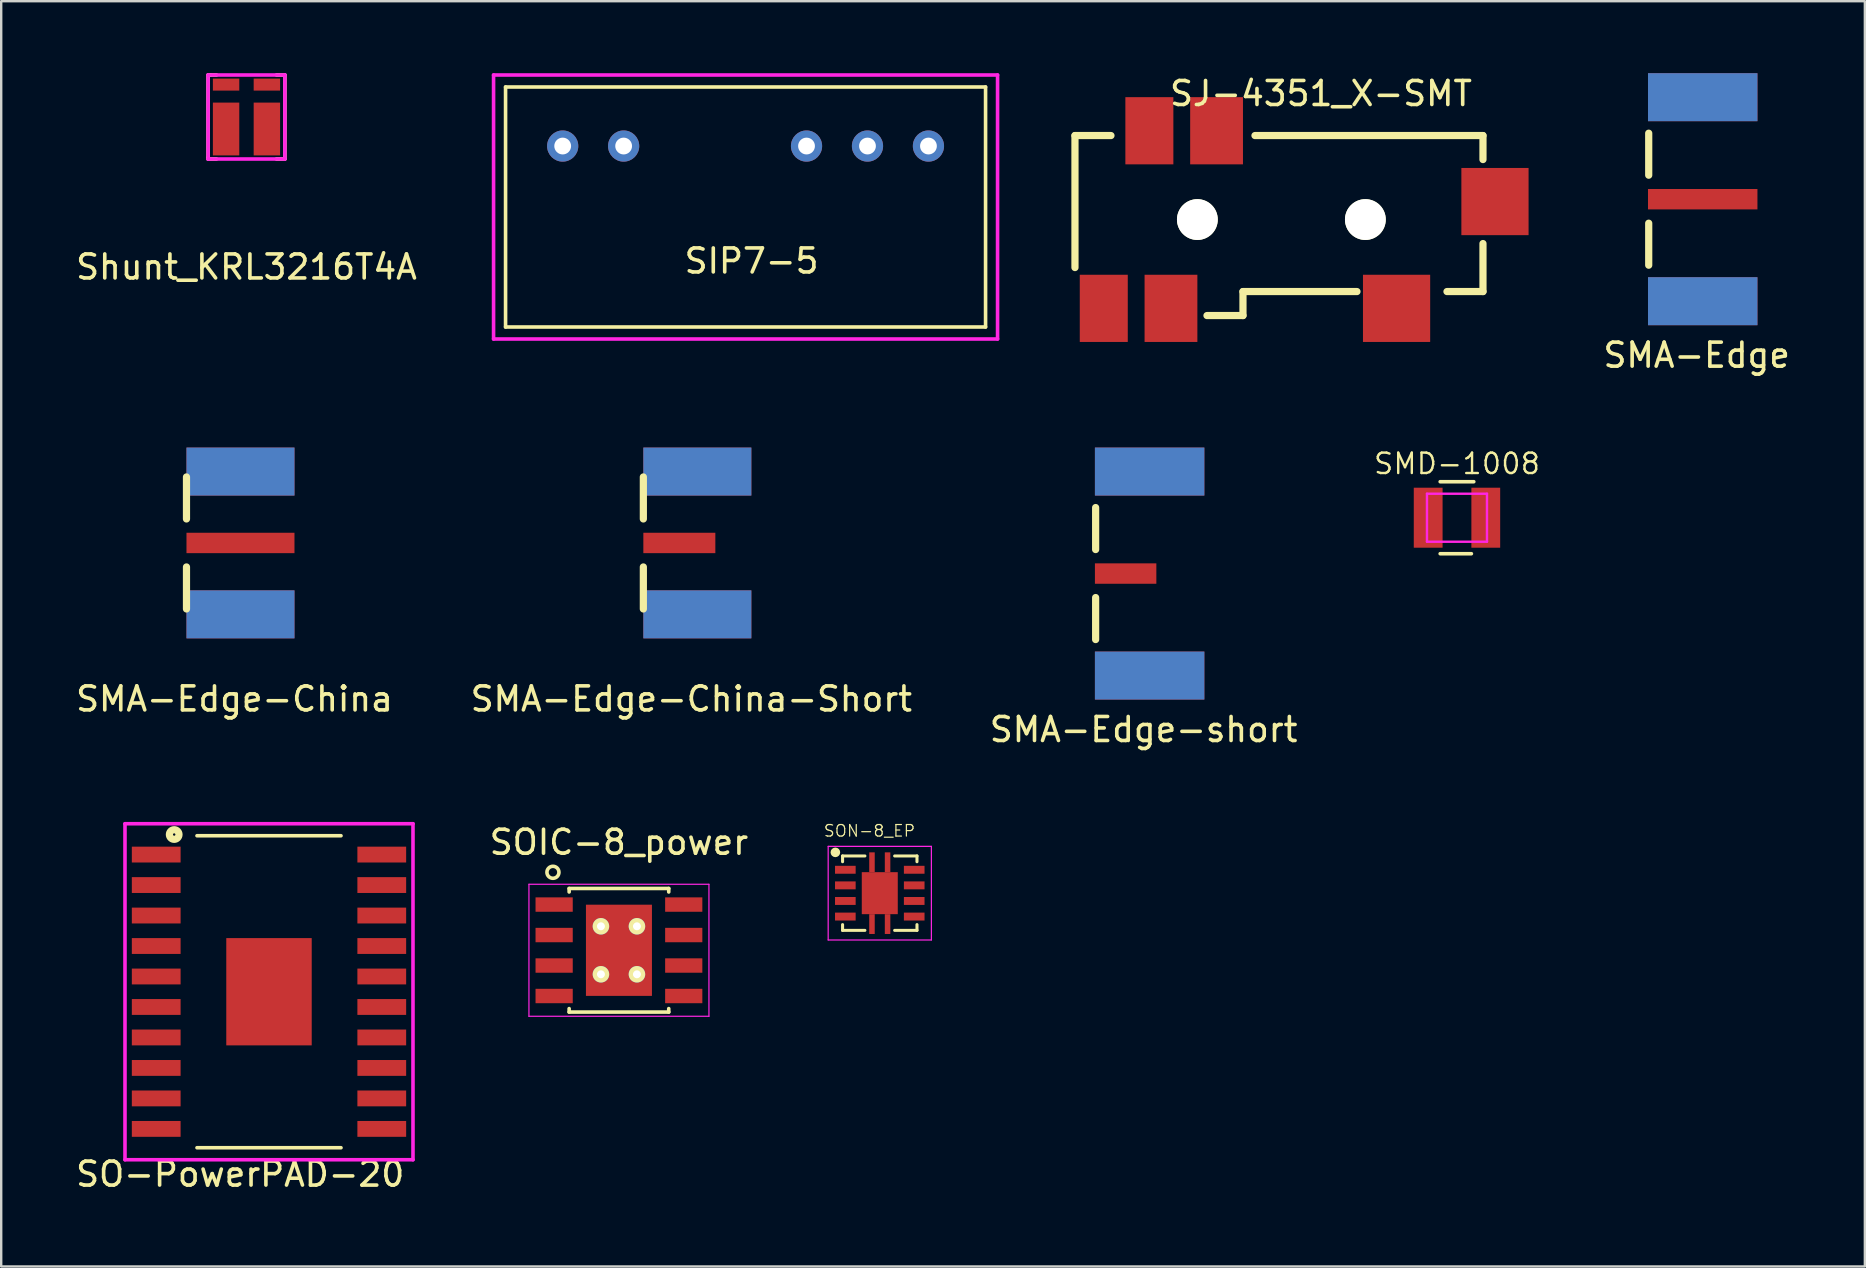
<source format=kicad_pcb>
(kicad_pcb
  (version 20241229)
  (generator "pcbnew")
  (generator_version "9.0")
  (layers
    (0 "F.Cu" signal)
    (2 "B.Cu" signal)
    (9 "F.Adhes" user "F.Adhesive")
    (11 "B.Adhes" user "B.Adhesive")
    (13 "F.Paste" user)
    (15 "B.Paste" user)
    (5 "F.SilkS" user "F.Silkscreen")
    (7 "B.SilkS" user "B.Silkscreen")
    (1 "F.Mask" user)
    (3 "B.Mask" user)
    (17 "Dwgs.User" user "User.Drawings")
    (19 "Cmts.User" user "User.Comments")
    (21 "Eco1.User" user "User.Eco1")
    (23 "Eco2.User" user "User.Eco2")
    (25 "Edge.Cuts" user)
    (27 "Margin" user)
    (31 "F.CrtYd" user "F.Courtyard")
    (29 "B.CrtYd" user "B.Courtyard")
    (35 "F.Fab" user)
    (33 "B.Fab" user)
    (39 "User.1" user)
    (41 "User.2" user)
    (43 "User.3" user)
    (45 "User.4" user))
  (footprint "SMA-Edge-China"
    (layer "F.Cu")
    (at 6.97 19.573)
    (property "Reference" "SMA-Edge-China" (at -0.25 6.5 0) (layer "F.SilkS") (effects (font (size 1 1) (thickness 0.15))))
    (attr through_hole)
    (fp_line (start -2.25 -2.75) (end -2.25 -1) (stroke (width 0.3) (type solid)) (layer "F.SilkS"))
    (fp_line (start -2.25 1) (end -2.25 2.75) (stroke (width 0.3) (type solid)) (layer "F.SilkS"))
    (pad "1" smd rect (at 0 0 180) (size 4.5 0.85) (layers "F.Cu" "F.Mask"))
    (pad "2" smd rect (at 0 -2.975 180) (size 4.5 2) (layers "F.Cu" "F.Mask"))
    (pad "2" smd rect (at 0 -2.975 180) (size 4.5 2) (layers "B.Cu" "B.Mask"))
    (pad "2" smd rect (at 0 2.975 180) (size 4.5 2) (layers "F.Cu" "F.Mask"))
    (pad "2" smd rect (at 0 2.975 180) (size 4.5 2) (layers "B.Cu" "B.Mask")))
  (footprint "Shunt_KRL3216T4A"
    (layer "F.Cu")
    (at 7.22 1.825)
    (property "Reference" "Shunt_KRL3216T4A" (at 0 6.25 0) (layer "F.SilkS") (effects (font (size 1 1) (thickness 0.15))))
    (attr through_hole)
    (fp_line (start -1.6 -1.75) (end -1.6 1.7) (stroke (width 0.15) (type solid)) (layer "F.SilkS"))
    (fp_line (start -1.6 1.7) (end -1.6 1.75) (stroke (width 0.15) (type solid)) (layer "F.SilkS"))
    (fp_line (start -1.6 1.75) (end -1.25 1.75) (stroke (width 0.15) (type solid)) (layer "F.SilkS"))
    (fp_line (start -1.5 -1.75) (end -1.6 -1.75) (stroke (width 0.15) (type solid)) (layer "F.SilkS"))
    (fp_line (start -1.25 -1.75) (end -1.5 -1.75) (stroke (width 0.15) (type solid)) (layer "F.SilkS"))
    (fp_line (start 1.25 -1.75) (end 1.6 -1.75) (stroke (width 0.15) (type solid)) (layer "F.SilkS"))
    (fp_line (start 1.6 -1.75) (end 1.6 1.75) (stroke (width 0.15) (type solid)) (layer "F.SilkS"))
    (fp_line (start 1.6 1.75) (end 1.25 1.75) (stroke (width 0.15) (type solid)) (layer "F.SilkS"))
    (fp_line (start -1.6 -1.75) (end 1.6 -1.75) (stroke (width 0.15) (type solid)) (layer "F.CrtYd"))
    (fp_line (start -1.6 1.75) (end -1.6 -1.75) (stroke (width 0.15) (type solid)) (layer "F.CrtYd"))
    (fp_line (start 1.6 -1.75) (end 1.6 1.75) (stroke (width 0.15) (type solid)) (layer "F.CrtYd"))
    (fp_line (start 1.6 1.75) (end -1.6 1.75) (stroke (width 0.15) (type solid)) (layer "F.CrtYd"))
    (pad "1" smd rect (at -0.85 0.5) (size 1.1 2.2) (layers "F.Cu" "F.Mask" "F.Paste"))
    (pad "2" smd rect (at -0.85 -1.35) (size 1.1 0.5) (layers "F.Cu" "F.Mask" "F.Paste"))
    (pad "3" smd rect (at 0.85 -1.35) (size 1.1 0.5) (layers "F.Cu" "F.Mask" "F.Paste"))
    (pad "4" smd rect (at 0.85 0.5) (size 1.1 2.2) (layers "F.Cu" "F.Mask" "F.Paste")))
  (footprint "SIP7-5"
    (layer "F.Cu")
    (at 28.015 5.575)
    (property "Reference" "SIP7-5" (at 0.25 2.25 0) (layer "F.SilkS") (effects (font (size 1 1) (thickness 0.15))))
    (attr through_hole)
    (fp_line (start -10 -5) (end -10 5) (stroke (width 0.15) (type solid)) (layer "F.SilkS"))
    (fp_line (start -10 5) (end 10 5) (stroke (width 0.15) (type solid)) (layer "F.SilkS"))
    (fp_line (start 10 -5) (end -10 -5) (stroke (width 0.15) (type solid)) (layer "F.SilkS"))
    (fp_line (start 10 5) (end 10 -5) (stroke (width 0.15) (type solid)) (layer "F.SilkS"))
    (fp_line (start -10.5 -5.5) (end 10.5 -5.5) (stroke (width 0.15) (type solid)) (layer "F.CrtYd"))
    (fp_line (start -10.5 5.5) (end -10.5 -5.5) (stroke (width 0.15) (type solid)) (layer "F.CrtYd"))
    (fp_line (start 10.5 -5.5) (end 10.5 5.5) (stroke (width 0.15) (type solid)) (layer "F.CrtYd"))
    (fp_line (start 10.5 5.5) (end -10.5 5.5) (stroke (width 0.15) (type solid)) (layer "F.CrtYd"))
    (pad "1" thru_hole circle (at -7.62 -2.54) (size 1.3 1.3) (drill 0.7) (layers "*.Cu" "*.Mask"))
    (pad "2" thru_hole circle (at -5.08 -2.54) (size 1.3 1.3) (drill 0.7) (layers "*.Cu" "*.Mask"))
    (pad "5" thru_hole circle (at 2.54 -2.54) (size 1.3 1.3) (drill 0.7) (layers "*.Cu" "*.Mask"))
    (pad "6" thru_hole circle (at 5.08 -2.54) (size 1.3 1.3) (drill 0.7) (layers "*.Cu" "*.Mask"))
    (pad "7" thru_hole circle (at 7.62 -2.54) (size 1.3 1.3) (drill 0.7) (layers "*.Cu" "*.Mask")))
  (footprint "SOIC-8_power"
    (layer "F.Cu")
    (at 22.739 36.545)
    (property "Reference" "SOIC-8_power" (at 0 -4.5 0) (layer "F.SilkS") (effects (font (size 1 1) (thickness 0.15))))
    (attr smd)
    (fp_line (start -2.075 -2.575) (end -2.075 -2.43) (stroke (width 0.15) (type solid)) (layer "F.SilkS"))
    (fp_line (start -2.075 -2.575) (end 2.075 -2.575) (stroke (width 0.15) (type solid)) (layer "F.SilkS"))
    (fp_line (start -2.075 2.575) (end -2.075 2.43) (stroke (width 0.15) (type solid)) (layer "F.SilkS"))
    (fp_line (start -2.075 2.575) (end 2.075 2.575) (stroke (width 0.15) (type solid)) (layer "F.SilkS"))
    (fp_line (start 2.075 -2.575) (end 2.075 -2.43) (stroke (width 0.15) (type solid)) (layer "F.SilkS"))
    (fp_line (start 2.075 2.575) (end 2.075 2.43) (stroke (width 0.15) (type solid)) (layer "F.SilkS"))
    (fp_circle (center -2.75 -3.25) (end -2.5 -3.25) (stroke (width 0.15) (type solid)) (fill no) (layer "F.SilkS"))
    (fp_line (start -3.75 -2.75) (end -3.75 2.75) (stroke (width 0.05) (type solid)) (layer "F.CrtYd"))
    (fp_line (start -3.75 -2.75) (end 3.75 -2.75) (stroke (width 0.05) (type solid)) (layer "F.CrtYd"))
    (fp_line (start -3.75 2.75) (end 3.75 2.75) (stroke (width 0.05) (type solid)) (layer "F.CrtYd"))
    (fp_line (start 3.75 -2.75) (end 3.75 2.75) (stroke (width 0.05) (type solid)) (layer "F.CrtYd"))
    (pad "1" smd rect (at -2.7 -1.905) (size 1.55 0.6) (layers "F.Cu" "F.Mask" "F.Paste"))
    (pad "2" smd rect (at -2.7 -0.635) (size 1.55 0.6) (layers "F.Cu" "F.Mask" "F.Paste"))
    (pad "3" smd rect (at -2.7 0.635) (size 1.55 0.6) (layers "F.Cu" "F.Mask" "F.Paste"))
    (pad "4" smd rect (at -2.7 1.905) (size 1.55 0.6) (layers "F.Cu" "F.Mask" "F.Paste"))
    (pad "5" smd rect (at 2.7 1.905) (size 1.55 0.6) (layers "F.Cu" "F.Mask" "F.Paste"))
    (pad "6" smd rect (at 2.7 0.635) (size 1.55 0.6) (layers "F.Cu" "F.Mask" "F.Paste"))
    (pad "7" smd rect (at 2.7 -0.635) (size 1.55 0.6) (layers "F.Cu" "F.Mask" "F.Paste"))
    (pad "8" smd rect (at 2.7 -1.905) (size 1.55 0.6) (layers "F.Cu" "F.Mask" "F.Paste"))
    (pad "9" thru_hole circle (at -0.75 -1) (size 0.69 0.69) (drill 0.33) (layers "*.Cu" "*.Mask" "F.SilkS"))
    (pad "9" smd rect (at 0 0) (size 2.75 3.8) (layers "F.Cu" "F.Mask" "F.Paste"))
    (pad "10" thru_hole circle (at 0.75 -1) (size 0.69 0.69) (drill 0.33) (layers "*.Cu" "*.Mask" "F.SilkS"))
    (pad "11" thru_hole circle (at 0.75 1) (size 0.69 0.69) (drill 0.33) (layers "*.Cu" "*.Mask" "F.SilkS"))
    (pad "12" thru_hole circle (at -0.75 1) (size 0.69 0.69) (drill 0.33) (layers "*.Cu" "*.Mask" "F.SilkS")))
  (footprint "SON-8_EP"
    (layer "F.Cu")
    (at 33.607 34.165)
    (property "Reference" "SON-8_EP" (at -0.429 -2.599 0) (layer "F.SilkS") (effects (font (size 0.482 0.482) (thickness 0.05))))
    (attr smd)
    (fp_line (start -1.55 -1.55) (end -0.62 -1.55) (stroke (width 0.127) (type solid)) (layer "F.SilkS"))
    (fp_line (start -1.55 -1.31) (end -1.55 -1.55) (stroke (width 0.127) (type solid)) (layer "F.SilkS"))
    (fp_line (start -1.55 1.31) (end -1.55 1.55) (stroke (width 0.127) (type solid)) (layer "F.SilkS"))
    (fp_line (start -1.55 1.55) (end -0.62 1.55) (stroke (width 0.127) (type solid)) (layer "F.SilkS"))
    (fp_line (start 0.62 -1.55) (end 1.55 -1.55) (stroke (width 0.127) (type solid)) (layer "F.SilkS"))
    (fp_line (start 0.62 1.55) (end 1.55 1.55) (stroke (width 0.127) (type solid)) (layer "F.SilkS"))
    (fp_line (start 1.55 -1.55) (end 1.55 -1.31) (stroke (width 0.127) (type solid)) (layer "F.SilkS"))
    (fp_line (start 1.55 1.55) (end 1.55 1.31) (stroke (width 0.127) (type solid)) (layer "F.SilkS"))
    (fp_circle (center -1.85 -1.7) (end -1.75 -1.7) (stroke (width 0.2) (type solid)) (fill no) (layer "F.SilkS"))
    (fp_poly (pts (xy -0.591 -0.72) (xy -0.08 -0.72) (xy -0.08 -0.08) (xy -0.591 -0.08)) (stroke (width 0) (type solid)) (fill yes) (layer "F.Paste"))
    (fp_poly (pts (xy -0.59 0.08) (xy -0.08 0.08) (xy -0.08 0.72) (xy -0.59 0.72)) (stroke (width 0) (type solid)) (fill yes) (layer "F.Paste"))
    (fp_poly (pts (xy 0.08 0.08) (xy 0.59 0.08) (xy 0.59 0.721) (xy 0.08 0.721)) (stroke (width 0) (type solid)) (fill yes) (layer "F.Paste"))
    (fp_poly (pts (xy 0.08 -0.72) (xy 0.59 -0.72) (xy 0.59 -0.08) (xy 0.08 -0.08)) (stroke (width 0) (type solid)) (fill yes) (layer "F.Paste"))
    (fp_line (start -2.15 -1.95) (end 2.15 -1.95) (stroke (width 0.05) (type solid)) (layer "F.CrtYd"))
    (fp_line (start -2.15 1.95) (end -2.15 -1.95) (stroke (width 0.05) (type solid)) (layer "F.CrtYd"))
    (fp_line (start 2.15 -1.95) (end 2.15 1.95) (stroke (width 0.05) (type solid)) (layer "F.CrtYd"))
    (fp_line (start 2.15 1.95) (end -2.15 1.95) (stroke (width 0.05) (type solid)) (layer "F.CrtYd"))
    (pad "1" smd rect (at -1.435 -0.975) (size 0.86 0.33) (layers "F.Cu" "F.Mask" "F.Paste"))
    (pad "2" smd rect (at -1.435 -0.325) (size 0.86 0.33) (layers "F.Cu" "F.Mask" "F.Paste"))
    (pad "3" smd rect (at -1.435 0.325) (size 0.86 0.33) (layers "F.Cu" "F.Mask" "F.Paste"))
    (pad "4" smd rect (at -1.435 0.975) (size 0.86 0.33) (layers "F.Cu" "F.Mask" "F.Paste"))
    (pad "5" smd rect (at 1.435 0.975 180) (size 0.86 0.33) (layers "F.Cu" "F.Mask" "F.Paste"))
    (pad "6" smd rect (at 1.435 0.325 180) (size 0.86 0.33) (layers "F.Cu" "F.Mask" "F.Paste"))
    (pad "7" smd rect (at 1.435 -0.325 180) (size 0.86 0.33) (layers "F.Cu" "F.Mask" "F.Paste"))
    (pad "8" smd rect (at 1.435 -0.975 180) (size 0.86 0.33) (layers "F.Cu" "F.Mask" "F.Paste"))
    (pad "9" smd rect (at -0.325 -1.288) (size 0.23 0.825) (layers "F.Cu" "F.Mask" "F.Paste"))
    (pad "9" smd rect (at -0.325 1.288) (size 0.23 0.825) (layers "F.Cu" "F.Mask" "F.Paste"))
    (pad "9" smd rect (at 0 0 180) (size 1.5 1.75) (layers "F.Cu" "F.Mask" "F.Paste"))
    (pad "9" smd rect (at 0.325 -1.288) (size 0.23 0.825) (layers "F.Cu" "F.Mask" "F.Paste"))
    (pad "9" smd rect (at 0.325 1.288) (size 0.23 0.825) (layers "F.Cu" "F.Mask" "F.Paste")))
  (footprint "SJ-4351_X-SMT"
    (layer "F.Cu")
    (at 53.24 6.098)
    (property "Reference" "SJ-4351_X-SMT" (at -1.25 -5.25 0) (layer "F.SilkS") (effects (font (size 1 1) (thickness 0.15))))
    (attr through_hole)
    (fp_line (start -11.5 -3.5) (end -10 -3.5) (stroke (width 0.3) (type solid)) (layer "F.SilkS"))
    (fp_line (start -11.5 2) (end -11.5 -3.5) (stroke (width 0.3) (type solid)) (layer "F.SilkS"))
    (fp_line (start -4.5 3) (end -4.5 4) (stroke (width 0.3) (type solid)) (layer "F.SilkS"))
    (fp_line (start -4.5 4) (end -6 4) (stroke (width 0.3) (type solid)) (layer "F.SilkS"))
    (fp_line (start -4 -3.5) (end 5.5 -3.5) (stroke (width 0.3) (type solid)) (layer "F.SilkS"))
    (fp_line (start 0.25 3) (end -4.5 3) (stroke (width 0.3) (type solid)) (layer "F.SilkS"))
    (fp_line (start 5.5 -3.5) (end 5.5 -2.5) (stroke (width 0.3) (type solid)) (layer "F.SilkS"))
    (fp_line (start 5.5 1) (end 5.5 3) (stroke (width 0.3) (type solid)) (layer "F.SilkS"))
    (fp_line (start 5.5 3) (end 4 3) (stroke (width 0.3) (type solid)) (layer "F.SilkS"))
    (pad "" np_thru_hole circle (at -6.4 0) (size 1.7 1.7) (drill 1.7) (layers "*.Cu" "*.Mask" "F.SilkS"))
    (pad "" np_thru_hole circle (at 0.6 0) (size 1.7 1.7) (drill 1.7) (layers "*.Cu" "*.Mask" "F.SilkS"))
    (pad "1" smd rect (at -10.3 3.7) (size 2 2.8) (layers "F.Cu" "F.Mask" "F.Paste"))
    (pad "2" smd rect (at 1.9 3.7) (size 2.8 2.8) (layers "F.Cu" "F.Mask" "F.Paste"))
    (pad "3" smd rect (at -5.6 -3.7) (size 2.2 2.8) (layers "F.Cu" "F.Mask" "F.Paste"))
    (pad "4" smd rect (at -7.5 3.7) (size 2.2 2.8) (layers "F.Cu" "F.Mask" "F.Paste"))
    (pad "5" smd rect (at 6 -0.75) (size 2.8 2.8) (layers "F.Cu" "F.Mask" "F.Paste"))
    (pad "6" smd rect (at -8.4 -3.7) (size 2 2.8) (layers "F.Cu" "F.Mask" "F.Paste")))
  (footprint "SMD-1008"
    (layer "F.Cu")
    (at 57.657 18.521)
    (property "Reference" "SMD-1008" (at 0 -2.25 0) (layer "F.SilkS") (effects (font (size 0.85 0.85) (thickness 0.1))))
    (attr through_hole)
    (fp_line (start -0.7 -1.5) (end 0.7 -1.5) (stroke (width 0.15) (type solid)) (layer "F.SilkS"))
    (fp_line (start -0.7 1.5) (end 0.6 1.5) (stroke (width 0.15) (type solid)) (layer "F.SilkS"))
    (fp_line (start -1.25 -1) (end 1.25 -1) (stroke (width 0.1) (type solid)) (layer "F.CrtYd"))
    (fp_line (start -1.25 1) (end -1.25 -1) (stroke (width 0.1) (type solid)) (layer "F.CrtYd"))
    (fp_line (start 1.25 -1) (end 1.25 1) (stroke (width 0.1) (type solid)) (layer "F.CrtYd"))
    (fp_line (start 1.25 1) (end -1.25 1) (stroke (width 0.1) (type solid)) (layer "F.CrtYd"))
    (pad "1" smd rect (at -1.2 0) (size 1.2 2.5) (layers "F.Cu" "F.Mask" "F.Paste"))
    (pad "2" smd rect (at 1.2 0) (size 1.2 2.5) (layers "F.Cu" "F.Mask" "F.Paste")))
  (footprint "SO-PowerPAD-20"
    (layer "F.Cu")
    (at 8.158 38.272)
    (property "Reference" "SO-PowerPAD-20" (at -1.2 7.6 0) (layer "F.SilkS") (effects (font (size 1 1) (thickness 0.15))))
    (attr through_hole)
    (fp_line (start -3 -6.5) (end 3 -6.5) (stroke (width 0.15) (type solid)) (layer "F.SilkS"))
    (fp_line (start -3 6.5) (end 3 6.5) (stroke (width 0.15) (type solid)) (layer "F.SilkS"))
    (fp_circle (center -3.95 -6.55) (end -3.75 -6.55) (stroke (width 0.3) (type solid)) (fill no) (layer "F.SilkS"))
    (fp_line (start -6 -7) (end 6 -7) (stroke (width 0.15) (type solid)) (layer "F.CrtYd"))
    (fp_line (start -6 7) (end -6 -7) (stroke (width 0.15) (type solid)) (layer "F.CrtYd"))
    (fp_line (start 6 -7) (end 6 7) (stroke (width 0.15) (type solid)) (layer "F.CrtYd"))
    (fp_line (start 6 7) (end -6 7) (stroke (width 0.15) (type solid)) (layer "F.CrtYd"))
    (pad "" smd rect (at -1 -1.5) (size 0.8 0.8) (layers "F.Paste"))
    (pad "" smd rect (at -1 -0.5) (size 0.8 0.8) (layers "F.Paste"))
    (pad "" smd rect (at -1 0.5) (size 0.8 0.8) (layers "F.Paste"))
    (pad "" smd rect (at -1 1.5) (size 0.8 0.8) (layers "F.Paste"))
    (pad "" smd rect (at 0 -1.5) (size 0.8 0.8) (layers "F.Paste"))
    (pad "" smd rect (at 0 -0.5) (size 0.8 0.8) (layers "F.Paste"))
    (pad "" smd rect (at 0 0.5) (size 0.8 0.8) (layers "F.Paste"))
    (pad "" smd rect (at 0 1.5) (size 0.8 0.8) (layers "F.Paste"))
    (pad "" smd rect (at 1 -1.5) (size 0.8 0.8) (layers "F.Paste"))
    (pad "" smd rect (at 1 -0.5) (size 0.8 0.8) (layers "F.Paste"))
    (pad "" smd rect (at 1 0.5) (size 0.8 0.8) (layers "F.Paste"))
    (pad "" smd rect (at 1 1.5) (size 0.8 0.8) (layers "F.Paste"))
    (pad "1" smd rect (at -4.699 -5.715) (size 2.032 0.66) (layers "F.Cu" "F.Mask" "F.Paste"))
    (pad "2" smd rect (at -4.699 -4.445) (size 2.032 0.66) (layers "F.Cu" "F.Mask" "F.Paste"))
    (pad "3" smd rect (at -4.699 -3.175) (size 2.032 0.66) (layers "F.Cu" "F.Mask" "F.Paste"))
    (pad "4" smd rect (at -4.699 -1.905) (size 2.032 0.66) (layers "F.Cu" "F.Mask" "F.Paste"))
    (pad "5" smd rect (at -4.699 -0.635) (size 2.032 0.66) (layers "F.Cu" "F.Mask" "F.Paste"))
    (pad "6" smd rect (at -4.699 0.635) (size 2.032 0.66) (layers "F.Cu" "F.Mask" "F.Paste"))
    (pad "7" smd rect (at -4.699 1.905) (size 2.032 0.66) (layers "F.Cu" "F.Mask" "F.Paste"))
    (pad "8" smd rect (at -4.699 3.175) (size 2.032 0.66) (layers "F.Cu" "F.Mask" "F.Paste"))
    (pad "9" smd rect (at -4.699 4.445) (size 2.032 0.66) (layers "F.Cu" "F.Mask" "F.Paste"))
    (pad "10" smd rect (at -4.699 5.715) (size 2.032 0.66) (layers "F.Cu" "F.Mask" "F.Paste"))
    (pad "11" smd rect (at 4.699 5.715) (size 2.032 0.66) (layers "F.Cu" "F.Mask" "F.Paste"))
    (pad "12" smd rect (at 4.699 4.445) (size 2.032 0.66) (layers "F.Cu" "F.Mask" "F.Paste"))
    (pad "13" smd rect (at 4.699 3.175) (size 2.032 0.66) (layers "F.Cu" "F.Mask" "F.Paste"))
    (pad "14" smd rect (at 4.699 1.905) (size 2.032 0.66) (layers "F.Cu" "F.Mask" "F.Paste"))
    (pad "15" smd rect (at 4.699 0.635) (size 2.032 0.66) (layers "F.Cu" "F.Mask" "F.Paste"))
    (pad "16" smd rect (at 4.699 -0.635) (size 2.032 0.66) (layers "F.Cu" "F.Mask" "F.Paste"))
    (pad "17" smd rect (at 4.699 -1.905) (size 2.032 0.66) (layers "F.Cu" "F.Mask" "F.Paste"))
    (pad "18" smd rect (at 4.699 -3.175) (size 2.032 0.66) (layers "F.Cu" "F.Mask" "F.Paste"))
    (pad "19" smd rect (at 4.699 -4.445) (size 2.032 0.66) (layers "F.Cu" "F.Mask" "F.Paste"))
    (pad "20" smd rect (at 4.699 -5.715) (size 2.032 0.66) (layers "F.Cu" "F.Mask" "F.Paste"))
    (pad "21" smd rect (at 0 0) (size 3.56 4.47) (layers "F.Cu" "F.Mask")))
  (footprint "SMA-Edge-China-Short"
    (layer "F.Cu")
    (at 26.006 19.573)
    (property "Reference" "SMA-Edge-China-Short" (at -0.25 6.5 0) (layer "F.SilkS") (effects (font (size 1 1) (thickness 0.15))))
    (attr through_hole)
    (fp_line (start -2.25 -2.75) (end -2.25 -1) (stroke (width 0.3) (type solid)) (layer "F.SilkS"))
    (fp_line (start -2.25 1) (end -2.25 2.75) (stroke (width 0.3) (type solid)) (layer "F.SilkS"))
    (pad "1" smd rect (at -0.75 0 180) (size 3 0.85) (layers "F.Cu" "F.Mask"))
    (pad "2" smd rect (at 0 -2.975 180) (size 4.5 2) (layers "F.Cu" "F.Mask"))
    (pad "2" smd rect (at 0 -2.975 180) (size 4.5 2) (layers "B.Cu" "B.Mask"))
    (pad "2" smd rect (at 0 2.975 180) (size 4.5 2) (layers "F.Cu" "F.Mask"))
    (pad "2" smd rect (at 0 2.975 180) (size 4.5 2) (layers "B.Cu" "B.Mask")))
  (footprint "SMA-Edge"
    (layer "F.Cu")
    (at 67.896 5.25)
    (property "Reference" "SMA-Edge" (at -0.25 6.5 0) (layer "F.SilkS") (effects (font (size 1 1) (thickness 0.15))))
    (attr through_hole)
    (fp_line (start -2.25 -2.75) (end -2.25 -1) (stroke (width 0.3) (type solid)) (layer "F.SilkS"))
    (fp_line (start -2.25 1) (end -2.25 2.75) (stroke (width 0.3) (type solid)) (layer "F.SilkS"))
    (pad "1" smd rect (at 0 0 180) (size 4.56 0.85) (layers "F.Cu" "F.Mask"))
    (pad "2" smd rect (at 0 -4.25 180) (size 4.56 2) (layers "F.Cu" "F.Mask"))
    (pad "2" smd rect (at 0 -4.25 180) (size 4.56 2) (layers "B.Cu" "B.Mask"))
    (pad "2" smd rect (at 0 4.25 180) (size 4.56 2) (layers "F.Cu" "F.Mask"))
    (pad "2" smd rect (at 0 4.25 180) (size 4.56 2) (layers "B.Cu" "B.Mask")))
  (footprint "SMA-Edge-short"
    (layer "F.Cu")
    (at 44.851 20.848)
    (property "Reference" "SMA-Edge-short" (at -0.25 6.5 0) (layer "F.SilkS") (effects (font (size 1 1) (thickness 0.15))))
    (attr through_hole)
    (fp_line (start -2.25 -2.75) (end -2.25 -1) (stroke (width 0.3) (type solid)) (layer "F.SilkS"))
    (fp_line (start -2.25 1) (end -2.25 2.75) (stroke (width 0.3) (type solid)) (layer "F.SilkS"))
    (pad "1" smd rect (at -1 0 180) (size 2.56 0.85) (layers "F.Cu" "F.Mask"))
    (pad "2" smd rect (at 0 -4.25 180) (size 4.56 2) (layers "F.Cu" "F.Mask"))
    (pad "2" smd rect (at 0 -4.25 180) (size 4.56 2) (layers "B.Cu" "B.Mask"))
    (pad "2" smd rect (at 0 4.25 180) (size 4.56 2) (layers "F.Cu" "F.Mask"))
    (pad "2" smd rect (at 0 4.25 180) (size 4.56 2) (layers "B.Cu" "B.Mask")))
  (gr_rect
    (start -3 -3)
    (end 74.652 49.72)
    (stroke (width 0.1) (type default))
    (fill no)
    (layer "Edge.Cuts")))
</source>
